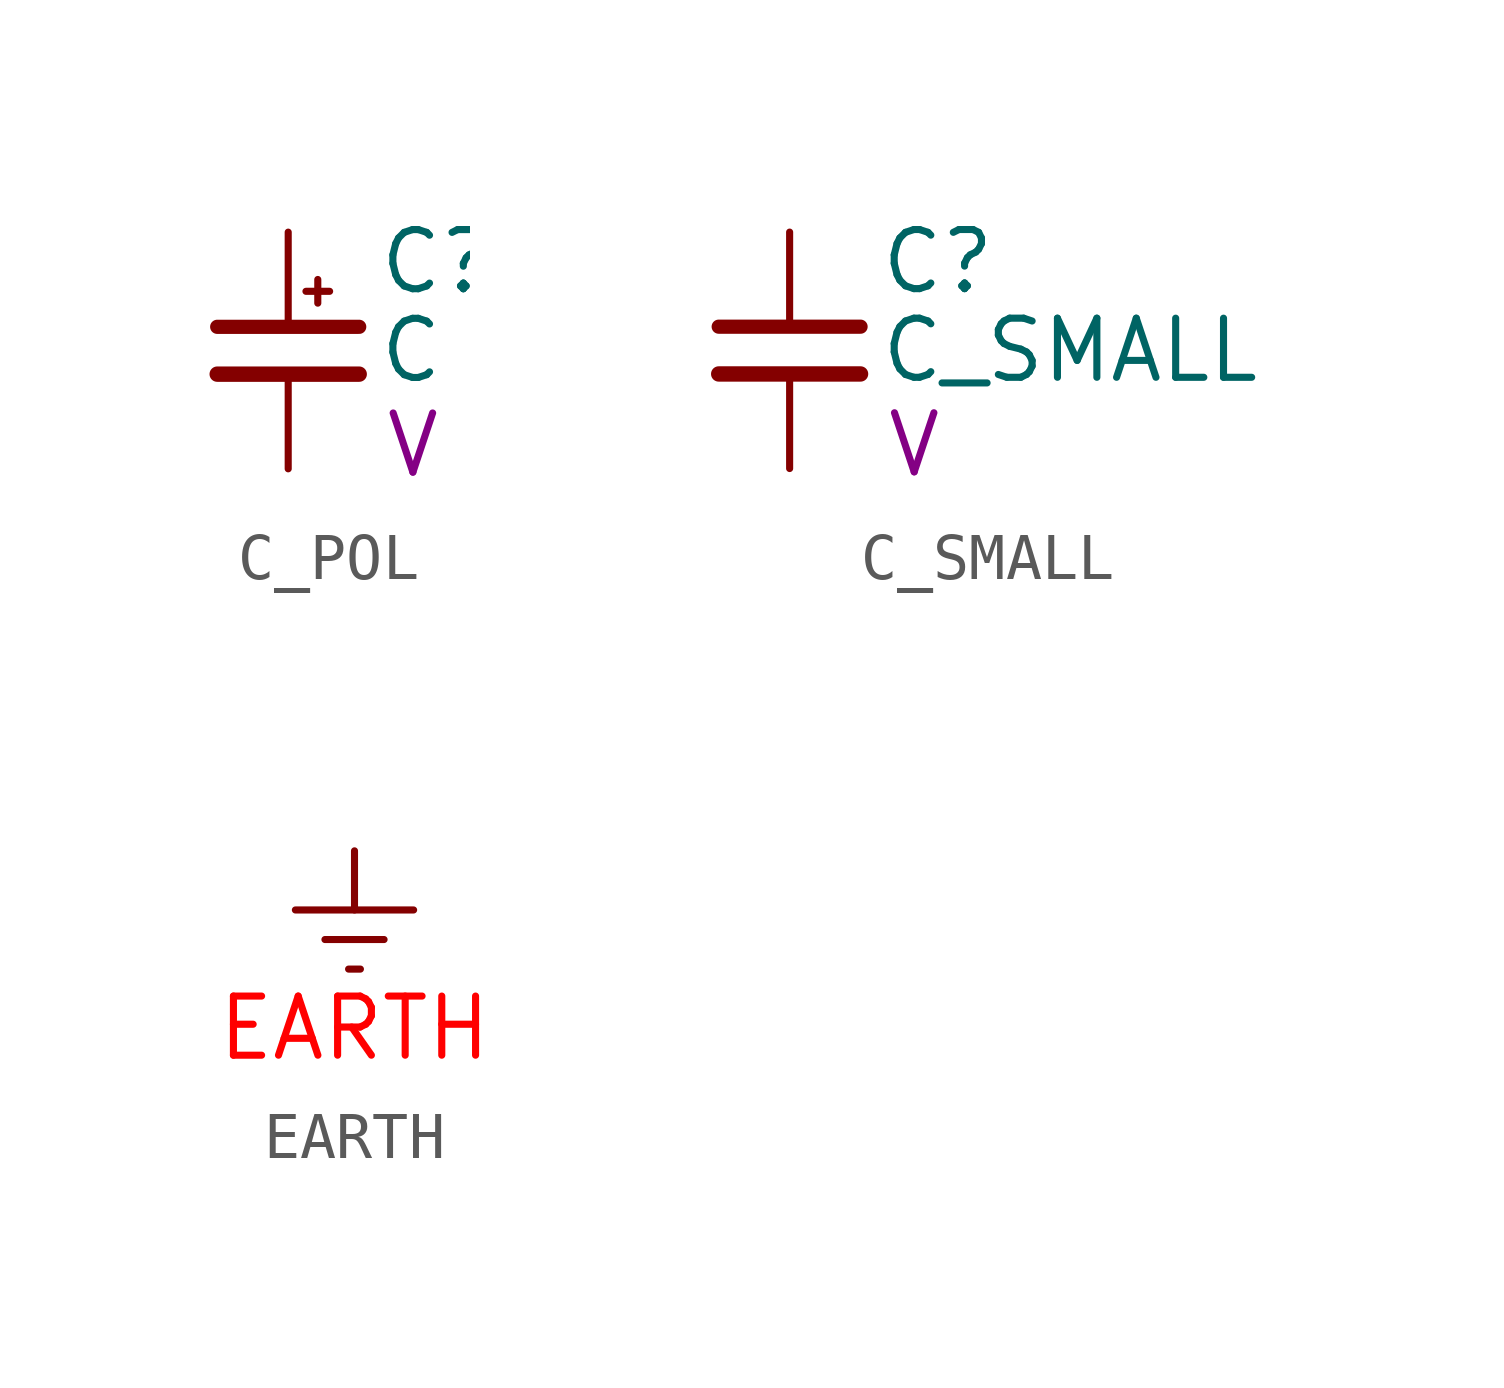
<source format=kicad_sym>
(kicad_symbol_lib
  (version 20220914)
  (generator kicad_symbol_editor)
  (symbol "C_POL"
    (pin_numbers hide)
    (pin_names
      (offset 0.254) hide)
    (property "Reference" "C"
      (at 1.905 1.905 0)
      (do_not_autoplace)
      (effects (font (size 1.27 1.27)) (justify left)))
    (property "Value" "C"
      (at 1.905 0 0)
      (do_not_autoplace)
      (effects (font (size 1.27 1.27)) (justify left)))
    (property "VOLTAGE" "V"
      (at 2.032 -2.032 0)
      (do_not_autoplace)
      (effects (font (size 1.27 1.27)) (justify left)))
    (symbol "C_POL_0_1"
      (polyline (pts (xy -1.524 -0.508) (xy 1.524 -0.508)) (stroke (width 0.33) (type default)) (fill (type none)))
      (polyline (pts (xy -1.524 0.508) (xy 1.524 0.508)) (stroke (width 0.305) (type default)) (fill (type none)))
      (polyline (pts (xy 0.381 1.27) (xy 0.889 1.27)) (stroke (width 0) (type default)) (fill (type none)))
      (polyline (pts (xy 0.635 1.016) (xy 0.635 1.524)) (stroke (width 0) (type default)) (fill (type none))))
    (symbol "C_POL_1_1"
      (pin passive line (at 0 2.54 270) (length 2.032) (name "~" (effects (font (size 1.27 1.27)))) (number "1" (effects (font (size 1.27 1.27)))))
      (pin passive line (at 0 -2.54 90) (length 2.032) (name "~" (effects (font (size 1.27 1.27)))) (number "2" (effects (font (size 1.27 1.27)))))))
  (symbol "C_SMALL"
    (pin_numbers hide)
    (pin_names
      (offset 0.254) hide)
    (property "Reference" "C"
      (at 1.905 1.905 0)
      (do_not_autoplace)
      (effects (font (size 1.27 1.27)) (justify left)))
    (property "Value" "C_SMALL"
      (at 1.905 0 0)
      (do_not_autoplace)
      (effects (font (size 1.27 1.27)) (justify left)))
    (property "VOLTAGE" "V"
      (at 2.032 -2.032 0)
      (do_not_autoplace)
      (effects (font (size 1.27 1.27)) (justify left)))
    (symbol "C_SMALL_0_1"
      (polyline (pts (xy -1.524 -0.508) (xy 1.524 -0.508)) (stroke (width 0.33) (type default)) (fill (type none)))
      (polyline (pts (xy -1.524 0.508) (xy 1.524 0.508)) (stroke (width 0.305) (type default)) (fill (type none))))
    (symbol "C_SMALL_1_1"
      (pin passive line (at 0 2.54 270) (length 2.032) (name "~" (effects (font (size 1.27 1.27)))) (number "1" (effects (font (size 1.27 1.27)))))
      (pin passive line (at 0 -2.54 90) (length 2.032) (name "~" (effects (font (size 1.27 1.27)))) (number "2" (effects (font (size 1.27 1.27)))))))
  (symbol "EARTH"
    (power)
    (pin_numbers hide)
    (pin_names
      (offset 0) hide)
    (property "Reference" "#PWR"
      (at 0 -6.35 0)
      (effects (font (size 1.27 1.27)) hide))
    (property "Value" "EARTH"
      (at 0 -3.81 0)
      (effects (font (size 1.27 1.27) (color 255 0 0 1))))
    (symbol "EARTH_0_1"
      (polyline (pts (xy -0.635 -1.905) (xy 0.635 -1.905)) (stroke (width 0) (type default)) (fill (type none)))
      (polyline (pts (xy -0.127 -2.54) (xy 0.127 -2.54)) (stroke (width 0) (type default)) (fill (type none)))
      (polyline (pts (xy 0 -1.27) (xy 0 0)) (stroke (width 0) (type default)) (fill (type none)))
      (polyline (pts (xy 1.27 -1.27) (xy -1.27 -1.27)) (stroke (width 0) (type default)) (fill (type none))))
    (symbol "EARTH_1_1"
      (pin power_in line (at 0 0 270) (length 0) hide (name "EARTH" (effects (font (size 1.27 1.27)))) (number "1" (effects (font (size 1.27 1.27))))))))
</source>
